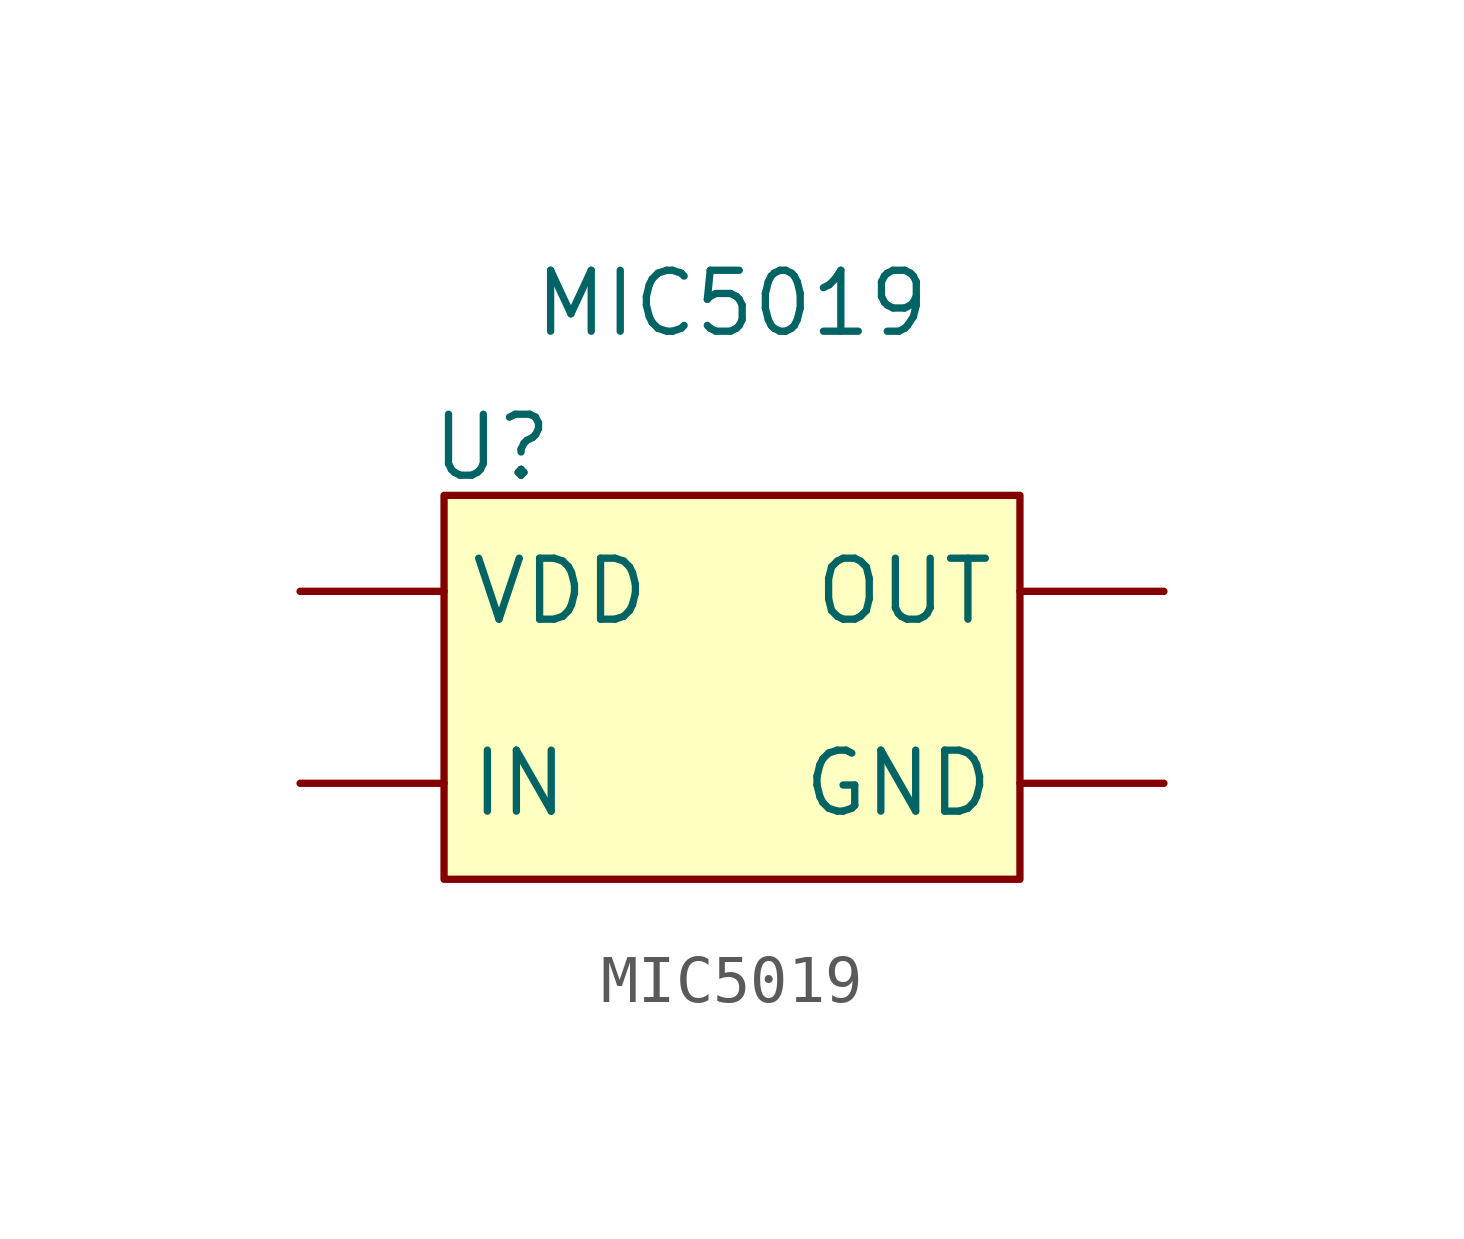
<source format=kicad_sym>
(kicad_symbol_lib
  (version 20211014)
  (generator kicad_symbol_editor)
  (symbol "MIC5019"
    (pin_numbers hide)
    (pin_names
      (offset 0.5))
    (property "Reference" "U"
      (at -5 5 0)
      (effects (font (size 1.27 1.27))))
    (property "Value" "MIC5019"
      (at 0 8 0)
      (effects (font (size 1.27 1.27))))
    (symbol "MIC5019_0_1"
      (rectangle (start -6 4) (end 6 -4) (stroke (width 0) (type default) (color 0 0 0 0)) (fill (type background))))
    (symbol "MIC5019_1_1"
      (pin input line (at -9 2 0) (length 3) (name "VDD" (effects (font (size 1.27 1.27)))) (number "1" (effects (font (size 1.27 1.27)))))
      (pin input line (at 9 -2 180) (length 3) (name "GND" (effects (font (size 1.27 1.27)))) (number "2" (effects (font (size 1.27 1.27)))))
      (pin input line (at -9 -2 0) (length 3) (name "IN" (effects (font (size 1.27 1.27)))) (number "3" (effects (font (size 1.27 1.27)))))
      (pin input line (at 9 2 180) (length 3) (name "OUT" (effects (font (size 1.27 1.27)))) (number "4" (effects (font (size 1.27 1.27))))))))
</source>
